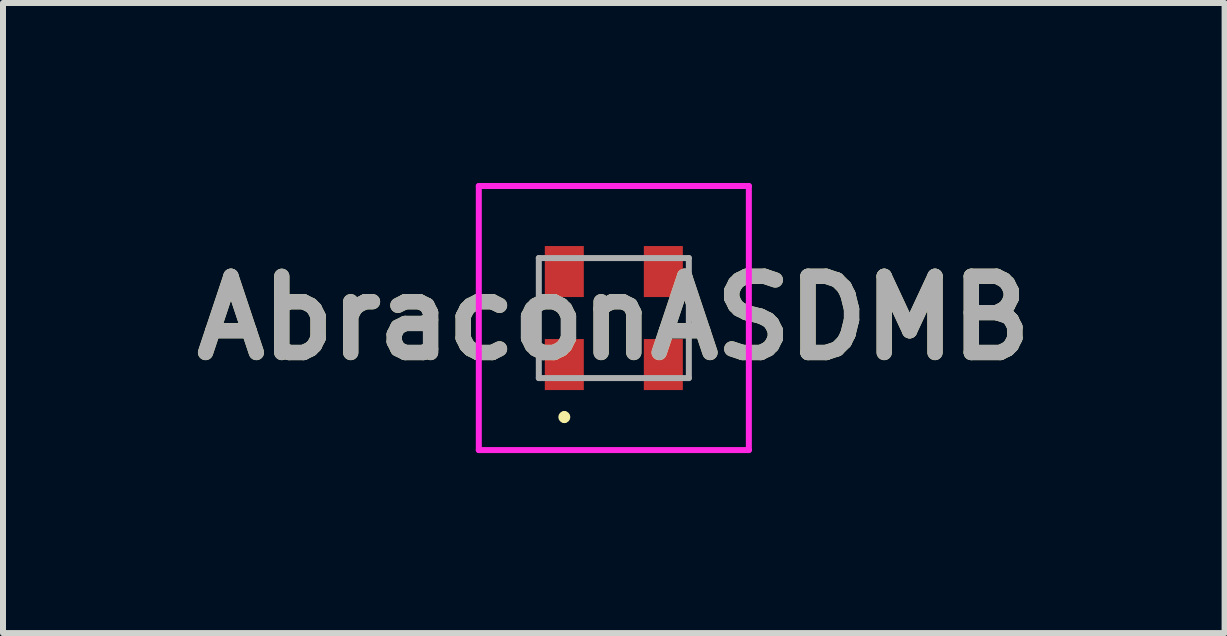
<source format=kicad_pcb>
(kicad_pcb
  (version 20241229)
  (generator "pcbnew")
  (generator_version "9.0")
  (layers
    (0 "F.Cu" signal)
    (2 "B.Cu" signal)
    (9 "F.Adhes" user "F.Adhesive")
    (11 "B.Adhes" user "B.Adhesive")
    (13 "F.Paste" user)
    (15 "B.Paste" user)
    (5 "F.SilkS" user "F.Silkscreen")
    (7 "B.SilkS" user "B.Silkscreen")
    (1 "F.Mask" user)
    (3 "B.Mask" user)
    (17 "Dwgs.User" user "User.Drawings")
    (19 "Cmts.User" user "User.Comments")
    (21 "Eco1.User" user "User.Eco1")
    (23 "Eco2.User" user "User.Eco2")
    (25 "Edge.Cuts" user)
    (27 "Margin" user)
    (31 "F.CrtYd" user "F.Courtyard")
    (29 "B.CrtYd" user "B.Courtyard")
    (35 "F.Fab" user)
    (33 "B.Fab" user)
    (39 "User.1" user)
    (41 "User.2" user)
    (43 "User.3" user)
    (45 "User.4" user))
  (footprint "AbraconASDMB"
    (layer "F.Cu")
    (at 7.179 2.25)
    (property "Reference" "AbraconASDMB" (at 0 0 0) (layer "F.SilkS") (effects (font (size 1.27 1.27) (thickness 0.254))))
    (attr smd)
    (fp_line (start -0.825 1.6) (end -0.825 1.6) (stroke (width 0.1) (type solid)) (layer "F.SilkS"))
    (fp_line (start -0.825 1.7) (end -0.825 1.7) (stroke (width 0.1) (type solid)) (layer "F.SilkS"))
    (fp_arc (start -0.825 1.6) (mid -0.775 1.65) (end -0.825 1.7) (stroke (width 0.1) (type solid)) (layer "F.SilkS"))
    (fp_arc (start -0.825 1.7) (mid -0.875 1.65) (end -0.825 1.6) (stroke (width 0.1) (type solid)) (layer "F.SilkS"))
    (fp_line (start -2.25 -2.2) (end 2.25 -2.2) (stroke (width 0.1) (type solid)) (layer "F.CrtYd"))
    (fp_line (start -2.25 2.2) (end -2.25 -2.2) (stroke (width 0.1) (type solid)) (layer "F.CrtYd"))
    (fp_line (start 2.25 -2.2) (end 2.25 2.2) (stroke (width 0.1) (type solid)) (layer "F.CrtYd"))
    (fp_line (start 2.25 2.2) (end -2.25 2.2) (stroke (width 0.1) (type solid)) (layer "F.CrtYd"))
    (fp_line (start -1.25 -1) (end 1.25 -1) (stroke (width 0.1) (type solid)) (layer "F.Fab"))
    (fp_line (start -1.25 1) (end -1.25 -1) (stroke (width 0.1) (type solid)) (layer "F.Fab"))
    (fp_line (start 1.25 -1) (end 1.25 1) (stroke (width 0.1) (type solid)) (layer "F.Fab"))
    (fp_line (start 1.25 1) (end -1.25 1) (stroke (width 0.1) (type solid)) (layer "F.Fab"))
    (fp_text user "${REFERENCE}" (at 0 0 0) (layer "F.Fab") (effects (font (size 1.27 1.27) (thickness 0.254))))
    (pad "1" smd rect (at -0.825 0.775) (size 0.65 0.85) (layers "F.Cu" "F.Mask" "F.Paste"))
    (pad "2" smd rect (at 0.825 0.775) (size 0.65 0.85) (layers "F.Cu" "F.Mask" "F.Paste"))
    (pad "3" smd rect (at 0.825 -0.775) (size 0.65 0.85) (layers "F.Cu" "F.Mask" "F.Paste"))
    (pad "4" smd rect (at -0.825 -0.775) (size 0.65 0.85) (layers "F.Cu" "F.Mask" "F.Paste")))
  (gr_rect
    (start -3 -3)
    (end 17.357 7.5)
    (stroke (width 0.1) (type default))
    (fill no)
    (layer "Edge.Cuts")))
</source>
